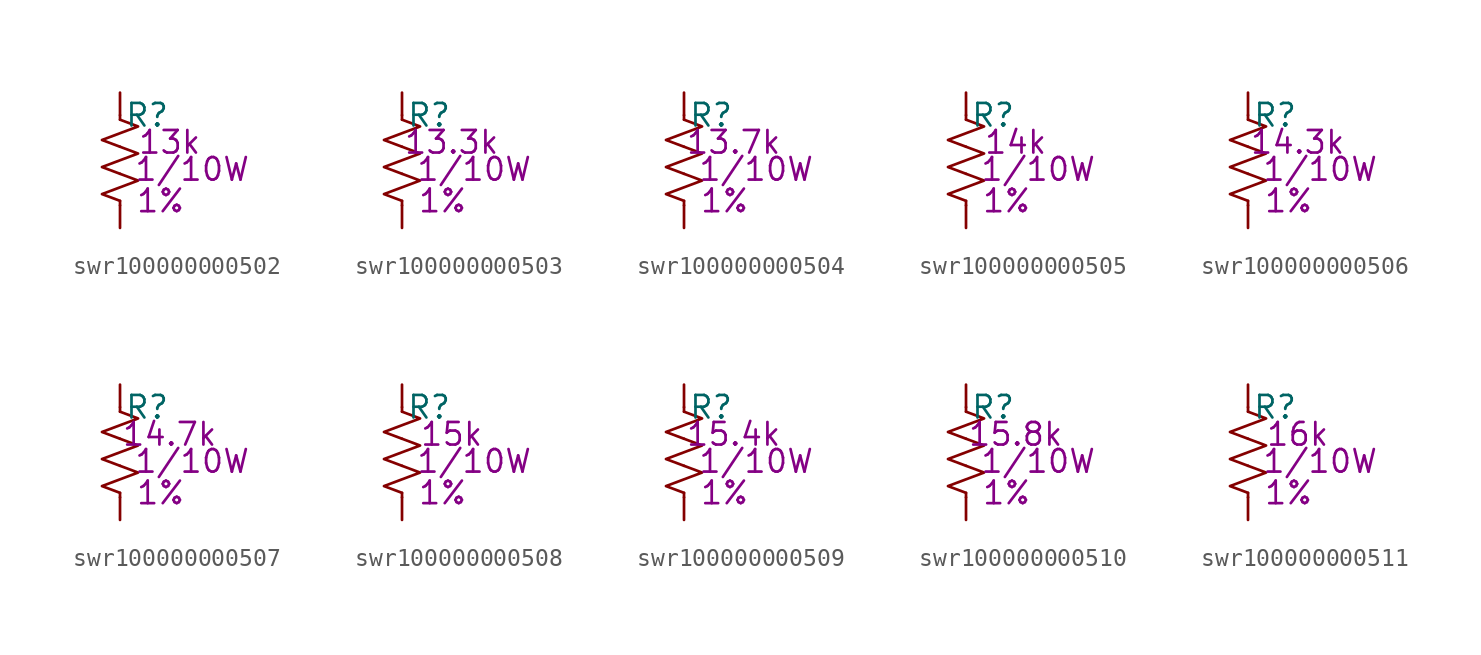
<source format=kicad_sym>
(kicad_symbol_lib
  (version 20211014)
  (generator kicad_symbol_editor)
  (symbol "swr100000000502"
    (pin_numbers hide)
    (pin_names
      (offset 1.016))
    (property "Reference" "R"
      (at 1.524 2.54 0)
      (effects (font (size 1.27 1.27))))
    (property "Tolerance" "1%"
      (at 2.286 -2.286 0)
      (effects (font (size 1.27 1.27))))
    (property "Wattage" "1/10W"
      (at 4.064 -0.508 0)
      (effects (font (size 1.27 1.27))))
    (property "PartValue" "13k"
      (at 2.794 1.016 0)
      (effects (font (size 1.27 1.27))))
    (symbol "swr100000000502_1_1"
      (polyline (pts (xy 0 -2.286) (xy 0 -2.54)) (stroke (width 0) (type default) (color 0 0 0 0)) (fill (type none)))
      (polyline (pts (xy 0 2.286) (xy 0 2.54)) (stroke (width 0) (type default) (color 0 0 0 0)) (fill (type none)))
      (polyline (pts (xy 0 -0.762) (xy 1.016 -1.143) (xy 0 -1.524) (xy -1.016 -1.905) (xy 0 -2.286)) (stroke (width 0) (type default) (color 0 0 0 0)) (fill (type none)))
      (polyline (pts (xy 0 0.762) (xy 1.016 0.381) (xy 0 0) (xy -1.016 -0.381) (xy 0 -0.762)) (stroke (width 0) (type default) (color 0 0 0 0)) (fill (type none)))
      (polyline (pts (xy 0 2.286) (xy 1.016 1.905) (xy 0 1.524) (xy -1.016 1.143) (xy 0 0.762)) (stroke (width 0) (type default) (color 0 0 0 0)) (fill (type none)))
      (pin passive line (at 0 3.81 270) (length 1.27) (name "~" (effects (font (size 1.27 1.27)))) (number "1" (effects (font (size 1.27 1.27)))))
      (pin passive line (at 0 -3.81 90) (length 1.27) (name "~" (effects (font (size 1.27 1.27)))) (number "2" (effects (font (size 1.27 1.27)))))))
  (symbol "swr100000000503"
    (pin_numbers hide)
    (pin_names
      (offset 1.016))
    (property "Reference" "R"
      (at 1.524 2.54 0)
      (effects (font (size 1.27 1.27))))
    (property "Tolerance" "1%"
      (at 2.286 -2.286 0)
      (effects (font (size 1.27 1.27))))
    (property "Wattage" "1/10W"
      (at 4.064 -0.508 0)
      (effects (font (size 1.27 1.27))))
    (property "PartValue" "13.3k"
      (at 2.794 1.016 0)
      (effects (font (size 1.27 1.27))))
    (symbol "swr100000000503_1_1"
      (polyline (pts (xy 0 -2.286) (xy 0 -2.54)) (stroke (width 0) (type default) (color 0 0 0 0)) (fill (type none)))
      (polyline (pts (xy 0 2.286) (xy 0 2.54)) (stroke (width 0) (type default) (color 0 0 0 0)) (fill (type none)))
      (polyline (pts (xy 0 -0.762) (xy 1.016 -1.143) (xy 0 -1.524) (xy -1.016 -1.905) (xy 0 -2.286)) (stroke (width 0) (type default) (color 0 0 0 0)) (fill (type none)))
      (polyline (pts (xy 0 0.762) (xy 1.016 0.381) (xy 0 0) (xy -1.016 -0.381) (xy 0 -0.762)) (stroke (width 0) (type default) (color 0 0 0 0)) (fill (type none)))
      (polyline (pts (xy 0 2.286) (xy 1.016 1.905) (xy 0 1.524) (xy -1.016 1.143) (xy 0 0.762)) (stroke (width 0) (type default) (color 0 0 0 0)) (fill (type none)))
      (pin passive line (at 0 3.81 270) (length 1.27) (name "~" (effects (font (size 1.27 1.27)))) (number "1" (effects (font (size 1.27 1.27)))))
      (pin passive line (at 0 -3.81 90) (length 1.27) (name "~" (effects (font (size 1.27 1.27)))) (number "2" (effects (font (size 1.27 1.27)))))))
  (symbol "swr100000000504"
    (pin_numbers hide)
    (pin_names
      (offset 1.016))
    (property "Reference" "R"
      (at 1.524 2.54 0)
      (effects (font (size 1.27 1.27))))
    (property "Tolerance" "1%"
      (at 2.286 -2.286 0)
      (effects (font (size 1.27 1.27))))
    (property "Wattage" "1/10W"
      (at 4.064 -0.508 0)
      (effects (font (size 1.27 1.27))))
    (property "PartValue" "13.7k"
      (at 2.794 1.016 0)
      (effects (font (size 1.27 1.27))))
    (symbol "swr100000000504_1_1"
      (polyline (pts (xy 0 -2.286) (xy 0 -2.54)) (stroke (width 0) (type default) (color 0 0 0 0)) (fill (type none)))
      (polyline (pts (xy 0 2.286) (xy 0 2.54)) (stroke (width 0) (type default) (color 0 0 0 0)) (fill (type none)))
      (polyline (pts (xy 0 -0.762) (xy 1.016 -1.143) (xy 0 -1.524) (xy -1.016 -1.905) (xy 0 -2.286)) (stroke (width 0) (type default) (color 0 0 0 0)) (fill (type none)))
      (polyline (pts (xy 0 0.762) (xy 1.016 0.381) (xy 0 0) (xy -1.016 -0.381) (xy 0 -0.762)) (stroke (width 0) (type default) (color 0 0 0 0)) (fill (type none)))
      (polyline (pts (xy 0 2.286) (xy 1.016 1.905) (xy 0 1.524) (xy -1.016 1.143) (xy 0 0.762)) (stroke (width 0) (type default) (color 0 0 0 0)) (fill (type none)))
      (pin passive line (at 0 3.81 270) (length 1.27) (name "~" (effects (font (size 1.27 1.27)))) (number "1" (effects (font (size 1.27 1.27)))))
      (pin passive line (at 0 -3.81 90) (length 1.27) (name "~" (effects (font (size 1.27 1.27)))) (number "2" (effects (font (size 1.27 1.27)))))))
  (symbol "swr100000000505"
    (pin_numbers hide)
    (pin_names
      (offset 1.016))
    (property "Reference" "R"
      (at 1.524 2.54 0)
      (effects (font (size 1.27 1.27))))
    (property "Tolerance" "1%"
      (at 2.286 -2.286 0)
      (effects (font (size 1.27 1.27))))
    (property "Wattage" "1/10W"
      (at 4.064 -0.508 0)
      (effects (font (size 1.27 1.27))))
    (property "PartValue" "14k"
      (at 2.794 1.016 0)
      (effects (font (size 1.27 1.27))))
    (symbol "swr100000000505_1_1"
      (polyline (pts (xy 0 -2.286) (xy 0 -2.54)) (stroke (width 0) (type default) (color 0 0 0 0)) (fill (type none)))
      (polyline (pts (xy 0 2.286) (xy 0 2.54)) (stroke (width 0) (type default) (color 0 0 0 0)) (fill (type none)))
      (polyline (pts (xy 0 -0.762) (xy 1.016 -1.143) (xy 0 -1.524) (xy -1.016 -1.905) (xy 0 -2.286)) (stroke (width 0) (type default) (color 0 0 0 0)) (fill (type none)))
      (polyline (pts (xy 0 0.762) (xy 1.016 0.381) (xy 0 0) (xy -1.016 -0.381) (xy 0 -0.762)) (stroke (width 0) (type default) (color 0 0 0 0)) (fill (type none)))
      (polyline (pts (xy 0 2.286) (xy 1.016 1.905) (xy 0 1.524) (xy -1.016 1.143) (xy 0 0.762)) (stroke (width 0) (type default) (color 0 0 0 0)) (fill (type none)))
      (pin passive line (at 0 3.81 270) (length 1.27) (name "~" (effects (font (size 1.27 1.27)))) (number "1" (effects (font (size 1.27 1.27)))))
      (pin passive line (at 0 -3.81 90) (length 1.27) (name "~" (effects (font (size 1.27 1.27)))) (number "2" (effects (font (size 1.27 1.27)))))))
  (symbol "swr100000000506"
    (pin_numbers hide)
    (pin_names
      (offset 1.016))
    (property "Reference" "R"
      (at 1.524 2.54 0)
      (effects (font (size 1.27 1.27))))
    (property "Tolerance" "1%"
      (at 2.286 -2.286 0)
      (effects (font (size 1.27 1.27))))
    (property "Wattage" "1/10W"
      (at 4.064 -0.508 0)
      (effects (font (size 1.27 1.27))))
    (property "PartValue" "14.3k"
      (at 2.794 1.016 0)
      (effects (font (size 1.27 1.27))))
    (symbol "swr100000000506_1_1"
      (polyline (pts (xy 0 -2.286) (xy 0 -2.54)) (stroke (width 0) (type default) (color 0 0 0 0)) (fill (type none)))
      (polyline (pts (xy 0 2.286) (xy 0 2.54)) (stroke (width 0) (type default) (color 0 0 0 0)) (fill (type none)))
      (polyline (pts (xy 0 -0.762) (xy 1.016 -1.143) (xy 0 -1.524) (xy -1.016 -1.905) (xy 0 -2.286)) (stroke (width 0) (type default) (color 0 0 0 0)) (fill (type none)))
      (polyline (pts (xy 0 0.762) (xy 1.016 0.381) (xy 0 0) (xy -1.016 -0.381) (xy 0 -0.762)) (stroke (width 0) (type default) (color 0 0 0 0)) (fill (type none)))
      (polyline (pts (xy 0 2.286) (xy 1.016 1.905) (xy 0 1.524) (xy -1.016 1.143) (xy 0 0.762)) (stroke (width 0) (type default) (color 0 0 0 0)) (fill (type none)))
      (pin passive line (at 0 3.81 270) (length 1.27) (name "~" (effects (font (size 1.27 1.27)))) (number "1" (effects (font (size 1.27 1.27)))))
      (pin passive line (at 0 -3.81 90) (length 1.27) (name "~" (effects (font (size 1.27 1.27)))) (number "2" (effects (font (size 1.27 1.27)))))))
  (symbol "swr100000000507"
    (pin_numbers hide)
    (pin_names
      (offset 1.016))
    (property "Reference" "R"
      (at 1.524 2.54 0)
      (effects (font (size 1.27 1.27))))
    (property "Tolerance" "1%"
      (at 2.286 -2.286 0)
      (effects (font (size 1.27 1.27))))
    (property "Wattage" "1/10W"
      (at 4.064 -0.508 0)
      (effects (font (size 1.27 1.27))))
    (property "PartValue" "14.7k"
      (at 2.794 1.016 0)
      (effects (font (size 1.27 1.27))))
    (symbol "swr100000000507_1_1"
      (polyline (pts (xy 0 -2.286) (xy 0 -2.54)) (stroke (width 0) (type default) (color 0 0 0 0)) (fill (type none)))
      (polyline (pts (xy 0 2.286) (xy 0 2.54)) (stroke (width 0) (type default) (color 0 0 0 0)) (fill (type none)))
      (polyline (pts (xy 0 -0.762) (xy 1.016 -1.143) (xy 0 -1.524) (xy -1.016 -1.905) (xy 0 -2.286)) (stroke (width 0) (type default) (color 0 0 0 0)) (fill (type none)))
      (polyline (pts (xy 0 0.762) (xy 1.016 0.381) (xy 0 0) (xy -1.016 -0.381) (xy 0 -0.762)) (stroke (width 0) (type default) (color 0 0 0 0)) (fill (type none)))
      (polyline (pts (xy 0 2.286) (xy 1.016 1.905) (xy 0 1.524) (xy -1.016 1.143) (xy 0 0.762)) (stroke (width 0) (type default) (color 0 0 0 0)) (fill (type none)))
      (pin passive line (at 0 3.81 270) (length 1.27) (name "~" (effects (font (size 1.27 1.27)))) (number "1" (effects (font (size 1.27 1.27)))))
      (pin passive line (at 0 -3.81 90) (length 1.27) (name "~" (effects (font (size 1.27 1.27)))) (number "2" (effects (font (size 1.27 1.27)))))))
  (symbol "swr100000000508"
    (pin_numbers hide)
    (pin_names
      (offset 1.016))
    (property "Reference" "R"
      (at 1.524 2.54 0)
      (effects (font (size 1.27 1.27))))
    (property "Tolerance" "1%"
      (at 2.286 -2.286 0)
      (effects (font (size 1.27 1.27))))
    (property "Wattage" "1/10W"
      (at 4.064 -0.508 0)
      (effects (font (size 1.27 1.27))))
    (property "PartValue" "15k"
      (at 2.794 1.016 0)
      (effects (font (size 1.27 1.27))))
    (symbol "swr100000000508_1_1"
      (polyline (pts (xy 0 -2.286) (xy 0 -2.54)) (stroke (width 0) (type default) (color 0 0 0 0)) (fill (type none)))
      (polyline (pts (xy 0 2.286) (xy 0 2.54)) (stroke (width 0) (type default) (color 0 0 0 0)) (fill (type none)))
      (polyline (pts (xy 0 -0.762) (xy 1.016 -1.143) (xy 0 -1.524) (xy -1.016 -1.905) (xy 0 -2.286)) (stroke (width 0) (type default) (color 0 0 0 0)) (fill (type none)))
      (polyline (pts (xy 0 0.762) (xy 1.016 0.381) (xy 0 0) (xy -1.016 -0.381) (xy 0 -0.762)) (stroke (width 0) (type default) (color 0 0 0 0)) (fill (type none)))
      (polyline (pts (xy 0 2.286) (xy 1.016 1.905) (xy 0 1.524) (xy -1.016 1.143) (xy 0 0.762)) (stroke (width 0) (type default) (color 0 0 0 0)) (fill (type none)))
      (pin passive line (at 0 3.81 270) (length 1.27) (name "~" (effects (font (size 1.27 1.27)))) (number "1" (effects (font (size 1.27 1.27)))))
      (pin passive line (at 0 -3.81 90) (length 1.27) (name "~" (effects (font (size 1.27 1.27)))) (number "2" (effects (font (size 1.27 1.27)))))))
  (symbol "swr100000000509"
    (pin_numbers hide)
    (pin_names
      (offset 1.016))
    (property "Reference" "R"
      (at 1.524 2.54 0)
      (effects (font (size 1.27 1.27))))
    (property "Tolerance" "1%"
      (at 2.286 -2.286 0)
      (effects (font (size 1.27 1.27))))
    (property "Wattage" "1/10W"
      (at 4.064 -0.508 0)
      (effects (font (size 1.27 1.27))))
    (property "PartValue" "15.4k"
      (at 2.794 1.016 0)
      (effects (font (size 1.27 1.27))))
    (symbol "swr100000000509_1_1"
      (polyline (pts (xy 0 -2.286) (xy 0 -2.54)) (stroke (width 0) (type default) (color 0 0 0 0)) (fill (type none)))
      (polyline (pts (xy 0 2.286) (xy 0 2.54)) (stroke (width 0) (type default) (color 0 0 0 0)) (fill (type none)))
      (polyline (pts (xy 0 -0.762) (xy 1.016 -1.143) (xy 0 -1.524) (xy -1.016 -1.905) (xy 0 -2.286)) (stroke (width 0) (type default) (color 0 0 0 0)) (fill (type none)))
      (polyline (pts (xy 0 0.762) (xy 1.016 0.381) (xy 0 0) (xy -1.016 -0.381) (xy 0 -0.762)) (stroke (width 0) (type default) (color 0 0 0 0)) (fill (type none)))
      (polyline (pts (xy 0 2.286) (xy 1.016 1.905) (xy 0 1.524) (xy -1.016 1.143) (xy 0 0.762)) (stroke (width 0) (type default) (color 0 0 0 0)) (fill (type none)))
      (pin passive line (at 0 3.81 270) (length 1.27) (name "~" (effects (font (size 1.27 1.27)))) (number "1" (effects (font (size 1.27 1.27)))))
      (pin passive line (at 0 -3.81 90) (length 1.27) (name "~" (effects (font (size 1.27 1.27)))) (number "2" (effects (font (size 1.27 1.27)))))))
  (symbol "swr100000000510"
    (pin_numbers hide)
    (pin_names
      (offset 1.016))
    (property "Reference" "R"
      (at 1.524 2.54 0)
      (effects (font (size 1.27 1.27))))
    (property "Tolerance" "1%"
      (at 2.286 -2.286 0)
      (effects (font (size 1.27 1.27))))
    (property "Wattage" "1/10W"
      (at 4.064 -0.508 0)
      (effects (font (size 1.27 1.27))))
    (property "PartValue" "15.8k"
      (at 2.794 1.016 0)
      (effects (font (size 1.27 1.27))))
    (symbol "swr100000000510_1_1"
      (polyline (pts (xy 0 -2.286) (xy 0 -2.54)) (stroke (width 0) (type default) (color 0 0 0 0)) (fill (type none)))
      (polyline (pts (xy 0 2.286) (xy 0 2.54)) (stroke (width 0) (type default) (color 0 0 0 0)) (fill (type none)))
      (polyline (pts (xy 0 -0.762) (xy 1.016 -1.143) (xy 0 -1.524) (xy -1.016 -1.905) (xy 0 -2.286)) (stroke (width 0) (type default) (color 0 0 0 0)) (fill (type none)))
      (polyline (pts (xy 0 0.762) (xy 1.016 0.381) (xy 0 0) (xy -1.016 -0.381) (xy 0 -0.762)) (stroke (width 0) (type default) (color 0 0 0 0)) (fill (type none)))
      (polyline (pts (xy 0 2.286) (xy 1.016 1.905) (xy 0 1.524) (xy -1.016 1.143) (xy 0 0.762)) (stroke (width 0) (type default) (color 0 0 0 0)) (fill (type none)))
      (pin passive line (at 0 3.81 270) (length 1.27) (name "~" (effects (font (size 1.27 1.27)))) (number "1" (effects (font (size 1.27 1.27)))))
      (pin passive line (at 0 -3.81 90) (length 1.27) (name "~" (effects (font (size 1.27 1.27)))) (number "2" (effects (font (size 1.27 1.27)))))))
  (symbol "swr100000000511"
    (pin_numbers hide)
    (pin_names
      (offset 1.016))
    (property "Reference" "R"
      (at 1.524 2.54 0)
      (effects (font (size 1.27 1.27))))
    (property "Tolerance" "1%"
      (at 2.286 -2.286 0)
      (effects (font (size 1.27 1.27))))
    (property "Wattage" "1/10W"
      (at 4.064 -0.508 0)
      (effects (font (size 1.27 1.27))))
    (property "PartValue" "16k"
      (at 2.794 1.016 0)
      (effects (font (size 1.27 1.27))))
    (symbol "swr100000000511_1_1"
      (polyline (pts (xy 0 -2.286) (xy 0 -2.54)) (stroke (width 0) (type default) (color 0 0 0 0)) (fill (type none)))
      (polyline (pts (xy 0 2.286) (xy 0 2.54)) (stroke (width 0) (type default) (color 0 0 0 0)) (fill (type none)))
      (polyline (pts (xy 0 -0.762) (xy 1.016 -1.143) (xy 0 -1.524) (xy -1.016 -1.905) (xy 0 -2.286)) (stroke (width 0) (type default) (color 0 0 0 0)) (fill (type none)))
      (polyline (pts (xy 0 0.762) (xy 1.016 0.381) (xy 0 0) (xy -1.016 -0.381) (xy 0 -0.762)) (stroke (width 0) (type default) (color 0 0 0 0)) (fill (type none)))
      (polyline (pts (xy 0 2.286) (xy 1.016 1.905) (xy 0 1.524) (xy -1.016 1.143) (xy 0 0.762)) (stroke (width 0) (type default) (color 0 0 0 0)) (fill (type none)))
      (pin passive line (at 0 3.81 270) (length 1.27) (name "~" (effects (font (size 1.27 1.27)))) (number "1" (effects (font (size 1.27 1.27)))))
      (pin passive line (at 0 -3.81 90) (length 1.27) (name "~" (effects (font (size 1.27 1.27)))) (number "2" (effects (font (size 1.27 1.27))))))))
</source>
